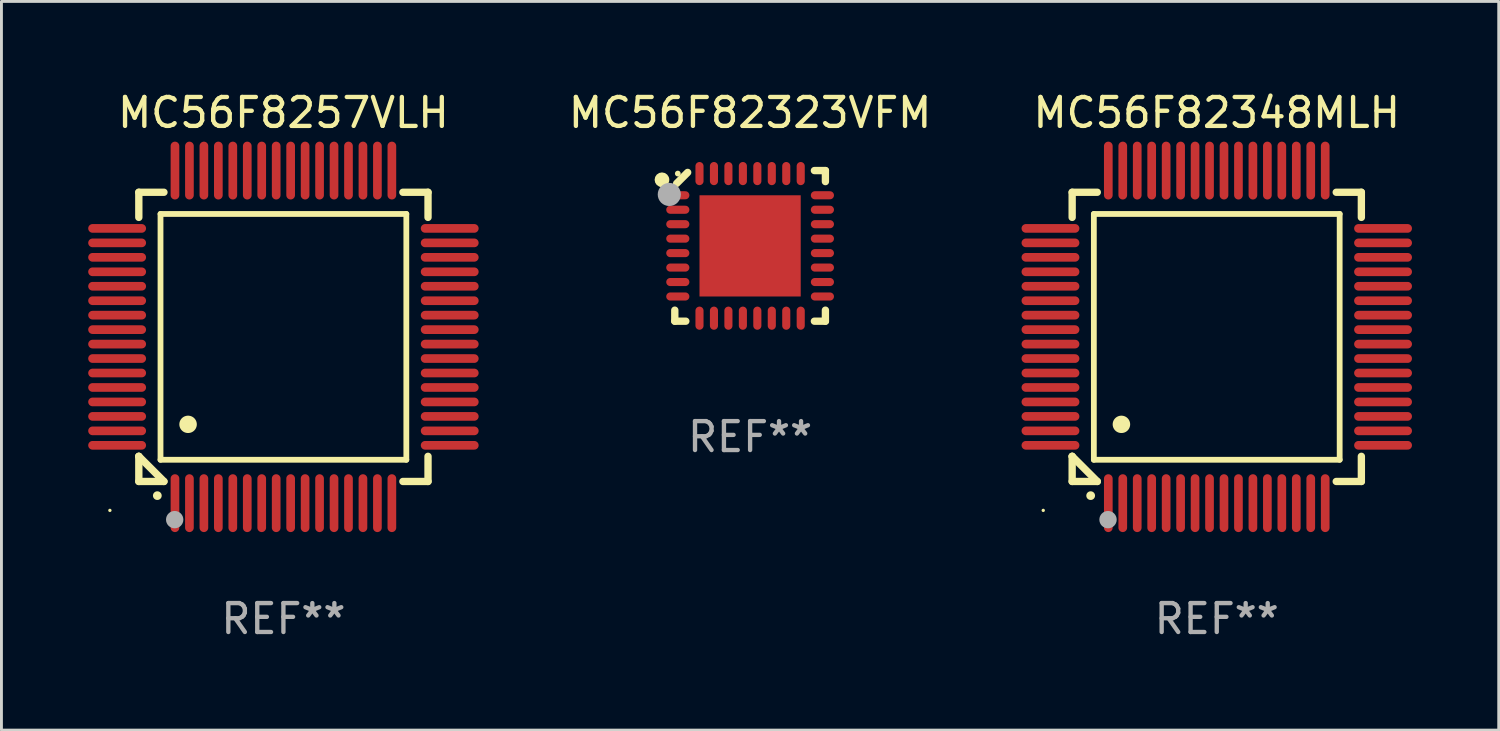
<source format=kicad_pcb>
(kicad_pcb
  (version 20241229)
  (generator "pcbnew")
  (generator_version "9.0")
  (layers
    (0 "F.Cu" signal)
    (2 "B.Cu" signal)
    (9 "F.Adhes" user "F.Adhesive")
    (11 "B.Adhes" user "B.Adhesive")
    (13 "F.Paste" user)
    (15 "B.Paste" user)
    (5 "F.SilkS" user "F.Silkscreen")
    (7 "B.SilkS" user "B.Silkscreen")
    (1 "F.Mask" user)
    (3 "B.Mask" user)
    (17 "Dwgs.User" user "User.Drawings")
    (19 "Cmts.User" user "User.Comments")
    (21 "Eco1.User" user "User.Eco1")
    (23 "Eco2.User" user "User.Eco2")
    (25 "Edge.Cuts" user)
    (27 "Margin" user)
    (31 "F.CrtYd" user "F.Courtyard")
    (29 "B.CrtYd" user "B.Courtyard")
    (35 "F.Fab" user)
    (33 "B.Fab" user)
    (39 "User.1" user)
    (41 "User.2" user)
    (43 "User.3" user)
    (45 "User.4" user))
  (footprint "MC56F82348MLH"
    (layer "F.Cu")
    (at 39.023 8.598)
    (property "Reference" "MC56F82348MLH" (at 0 -7.75 0) (layer "F.SilkS") (effects (font (size 1 1) (thickness 0.15))))
    (attr through_hole)
    (fp_line (start -5 -5) (end -4.131 -5) (stroke (width 0.254) (type solid)) (layer "F.SilkS"))
    (fp_line (start -5 -4.131) (end -5 -5) (stroke (width 0.254) (type solid)) (layer "F.SilkS"))
    (fp_line (start -5 4.131) (end -5 4.131) (stroke (width 0.254) (type solid)) (layer "F.SilkS"))
    (fp_line (start -5 5) (end -5 4.131) (stroke (width 0.254) (type solid)) (layer "F.SilkS"))
    (fp_line (start -5 4.131) (end -4.131 5) (stroke (width 0.254) (type solid)) (layer "F.SilkS"))
    (fp_line (start -4.25 -4.25) (end -4.25 4.25) (stroke (width 0.2) (type solid)) (layer "F.SilkS"))
    (fp_line (start -4.25 4.25) (end 4.25 4.25) (stroke (width 0.2) (type solid)) (layer "F.SilkS"))
    (fp_line (start -4.131 5) (end -5 5) (stroke (width 0.254) (type solid)) (layer "F.SilkS"))
    (fp_line (start 4.25 -4.25) (end -4.25 -4.25) (stroke (width 0.2) (type solid)) (layer "F.SilkS"))
    (fp_line (start 4.25 4.25) (end 4.25 -4.25) (stroke (width 0.2) (type solid)) (layer "F.SilkS"))
    (fp_line (start 5 -5) (end 4.131 -5) (stroke (width 0.254) (type solid)) (layer "F.SilkS"))
    (fp_line (start 5 -5) (end 5 -4.131) (stroke (width 0.254) (type solid)) (layer "F.SilkS"))
    (fp_line (start 5 4.131) (end 5 5) (stroke (width 0.254) (type solid)) (layer "F.SilkS"))
    (fp_line (start 5 5) (end 4.131 5) (stroke (width 0.254) (type solid)) (layer "F.SilkS"))
    (fp_arc (start -4.361265 5.489992) (mid -4.359995 5.489987) (end -4.358725 5.489992) (stroke (width 0.3) (type solid)) (layer "F.SilkS"))
    (fp_arc (start -3.299467 3.025146) (mid -3.296927 3.025135) (end -3.294387 3.025146) (stroke (width 0.6) (type solid)) (layer "F.SilkS"))
    (fp_circle (center -6 6) (end -5.97 6) (stroke (width 0.06) (type solid)) (fill no) (layer "F.SilkS"))
    (fp_circle (center -3.76 6.32) (end -3.61 6.32) (stroke (width 0.3) (type solid)) (fill no) (layer "F.Fab"))
    (fp_text user "REF**" (at 0 9.75 0) (layer "F.Fab") (effects (font (size 1 1) (thickness 0.15))))
    (pad "1" smd oval (at -3.75 5.75) (size 0.3 2) (layers "F.Cu" "F.Mask" "F.Paste"))
    (pad "2" smd oval (at -3.25 5.75) (size 0.3 2) (layers "F.Cu" "F.Mask" "F.Paste"))
    (pad "3" smd oval (at -2.75 5.75) (size 0.3 2) (layers "F.Cu" "F.Mask" "F.Paste"))
    (pad "4" smd oval (at -2.25 5.75) (size 0.3 2) (layers "F.Cu" "F.Mask" "F.Paste"))
    (pad "5" smd oval (at -1.75 5.75) (size 0.3 2) (layers "F.Cu" "F.Mask" "F.Paste"))
    (pad "6" smd oval (at -1.25 5.75) (size 0.3 2) (layers "F.Cu" "F.Mask" "F.Paste"))
    (pad "7" smd oval (at -0.75 5.75) (size 0.3 2) (layers "F.Cu" "F.Mask" "F.Paste"))
    (pad "8" smd oval (at -0.25 5.75) (size 0.3 2) (layers "F.Cu" "F.Mask" "F.Paste"))
    (pad "9" smd oval (at 0.25 5.75) (size 0.3 2) (layers "F.Cu" "F.Mask" "F.Paste"))
    (pad "10" smd oval (at 0.75 5.75) (size 0.3 2) (layers "F.Cu" "F.Mask" "F.Paste"))
    (pad "11" smd oval (at 1.25 5.75) (size 0.3 2) (layers "F.Cu" "F.Mask" "F.Paste"))
    (pad "12" smd oval (at 1.75 5.75) (size 0.3 2) (layers "F.Cu" "F.Mask" "F.Paste"))
    (pad "13" smd oval (at 2.25 5.75) (size 0.3 2) (layers "F.Cu" "F.Mask" "F.Paste"))
    (pad "14" smd oval (at 2.75 5.75) (size 0.3 2) (layers "F.Cu" "F.Mask" "F.Paste"))
    (pad "15" smd oval (at 3.25 5.75) (size 0.3 2) (layers "F.Cu" "F.Mask" "F.Paste"))
    (pad "16" smd oval (at 3.75 5.75) (size 0.3 2) (layers "F.Cu" "F.Mask" "F.Paste"))
    (pad "17" smd oval (at 5.75 3.75) (size 2 0.3) (layers "F.Cu" "F.Mask" "F.Paste"))
    (pad "18" smd oval (at 5.75 3.25) (size 2 0.3) (layers "F.Cu" "F.Mask" "F.Paste"))
    (pad "19" smd oval (at 5.75 2.75) (size 2 0.3) (layers "F.Cu" "F.Mask" "F.Paste"))
    (pad "20" smd oval (at 5.75 2.25) (size 2 0.3) (layers "F.Cu" "F.Mask" "F.Paste"))
    (pad "21" smd oval (at 5.75 1.75) (size 2 0.3) (layers "F.Cu" "F.Mask" "F.Paste"))
    (pad "22" smd oval (at 5.75 1.25) (size 2 0.3) (layers "F.Cu" "F.Mask" "F.Paste"))
    (pad "23" smd oval (at 5.75 0.75) (size 2 0.3) (layers "F.Cu" "F.Mask" "F.Paste"))
    (pad "24" smd oval (at 5.75 0.25) (size 2 0.3) (layers "F.Cu" "F.Mask" "F.Paste"))
    (pad "25" smd oval (at 5.75 -0.25) (size 2 0.3) (layers "F.Cu" "F.Mask" "F.Paste"))
    (pad "26" smd oval (at 5.75 -0.75) (size 2 0.3) (layers "F.Cu" "F.Mask" "F.Paste"))
    (pad "27" smd oval (at 5.75 -1.25) (size 2 0.3) (layers "F.Cu" "F.Mask" "F.Paste"))
    (pad "28" smd oval (at 5.75 -1.75) (size 2 0.3) (layers "F.Cu" "F.Mask" "F.Paste"))
    (pad "29" smd oval (at 5.75 -2.25) (size 2 0.3) (layers "F.Cu" "F.Mask" "F.Paste"))
    (pad "30" smd oval (at 5.75 -2.75) (size 2 0.3) (layers "F.Cu" "F.Mask" "F.Paste"))
    (pad "31" smd oval (at 5.75 -3.25) (size 2 0.3) (layers "F.Cu" "F.Mask" "F.Paste"))
    (pad "32" smd oval (at 5.75 -3.75) (size 2 0.3) (layers "F.Cu" "F.Mask" "F.Paste"))
    (pad "33" smd oval (at 3.75 -5.75) (size 0.3 2) (layers "F.Cu" "F.Mask" "F.Paste"))
    (pad "34" smd oval (at 3.25 -5.75) (size 0.3 2) (layers "F.Cu" "F.Mask" "F.Paste"))
    (pad "35" smd oval (at 2.75 -5.75) (size 0.3 2) (layers "F.Cu" "F.Mask" "F.Paste"))
    (pad "36" smd oval (at 2.25 -5.75) (size 0.3 2) (layers "F.Cu" "F.Mask" "F.Paste"))
    (pad "37" smd oval (at 1.75 -5.75) (size 0.3 2) (layers "F.Cu" "F.Mask" "F.Paste"))
    (pad "38" smd oval (at 1.25 -5.75) (size 0.3 2) (layers "F.Cu" "F.Mask" "F.Paste"))
    (pad "39" smd oval (at 0.75 -5.75) (size 0.3 2) (layers "F.Cu" "F.Mask" "F.Paste"))
    (pad "40" smd oval (at 0.25 -5.75) (size 0.3 2) (layers "F.Cu" "F.Mask" "F.Paste"))
    (pad "41" smd oval (at -0.25 -5.75) (size 0.3 2) (layers "F.Cu" "F.Mask" "F.Paste"))
    (pad "42" smd oval (at -0.75 -5.75) (size 0.3 2) (layers "F.Cu" "F.Mask" "F.Paste"))
    (pad "43" smd oval (at -1.25 -5.75) (size 0.3 2) (layers "F.Cu" "F.Mask" "F.Paste"))
    (pad "44" smd oval (at -1.75 -5.75) (size 0.3 2) (layers "F.Cu" "F.Mask" "F.Paste"))
    (pad "45" smd oval (at -2.25 -5.75) (size 0.3 2) (layers "F.Cu" "F.Mask" "F.Paste"))
    (pad "46" smd oval (at -2.75 -5.75) (size 0.3 2) (layers "F.Cu" "F.Mask" "F.Paste"))
    (pad "47" smd oval (at -3.25 -5.75) (size 0.3 2) (layers "F.Cu" "F.Mask" "F.Paste"))
    (pad "48" smd oval (at -3.75 -5.75) (size 0.3 2) (layers "F.Cu" "F.Mask" "F.Paste"))
    (pad "49" smd oval (at -5.75 -3.75) (size 2 0.3) (layers "F.Cu" "F.Mask" "F.Paste"))
    (pad "50" smd oval (at -5.75 -3.25) (size 2 0.3) (layers "F.Cu" "F.Mask" "F.Paste"))
    (pad "51" smd oval (at -5.75 -2.75) (size 2 0.3) (layers "F.Cu" "F.Mask" "F.Paste"))
    (pad "52" smd oval (at -5.75 -2.25) (size 2 0.3) (layers "F.Cu" "F.Mask" "F.Paste"))
    (pad "53" smd oval (at -5.75 -1.75) (size 2 0.3) (layers "F.Cu" "F.Mask" "F.Paste"))
    (pad "54" smd oval (at -5.75 -1.25) (size 2 0.3) (layers "F.Cu" "F.Mask" "F.Paste"))
    (pad "55" smd oval (at -5.75 -0.75) (size 2 0.3) (layers "F.Cu" "F.Mask" "F.Paste"))
    (pad "56" smd oval (at -5.75 -0.25) (size 2 0.3) (layers "F.Cu" "F.Mask" "F.Paste"))
    (pad "57" smd oval (at -5.75 0.25) (size 2 0.3) (layers "F.Cu" "F.Mask" "F.Paste"))
    (pad "58" smd oval (at -5.75 0.75) (size 2 0.3) (layers "F.Cu" "F.Mask" "F.Paste"))
    (pad "59" smd oval (at -5.75 1.25) (size 2 0.3) (layers "F.Cu" "F.Mask" "F.Paste"))
    (pad "60" smd oval (at -5.75 1.75) (size 2 0.3) (layers "F.Cu" "F.Mask" "F.Paste"))
    (pad "61" smd oval (at -5.75 2.25) (size 2 0.3) (layers "F.Cu" "F.Mask" "F.Paste"))
    (pad "62" smd oval (at -5.75 2.75) (size 2 0.3) (layers "F.Cu" "F.Mask" "F.Paste"))
    (pad "63" smd oval (at -5.75 3.25) (size 2 0.3) (layers "F.Cu" "F.Mask" "F.Paste"))
    (pad "64" smd oval (at -5.75 3.75) (size 2 0.3) (layers "F.Cu" "F.Mask" "F.Paste")))
  (footprint "MC56F8257VLH"
    (layer "F.Cu")
    (at 6.75 8.598)
    (property "Reference" "MC56F8257VLH" (at 0 -7.75 0) (layer "F.SilkS") (effects (font (size 1 1) (thickness 0.15))))
    (attr through_hole)
    (fp_line (start -5 -5) (end -4.131 -5) (stroke (width 0.254) (type solid)) (layer "F.SilkS"))
    (fp_line (start -5 -4.131) (end -5 -5) (stroke (width 0.254) (type solid)) (layer "F.SilkS"))
    (fp_line (start -5 4.131) (end -5 4.131) (stroke (width 0.254) (type solid)) (layer "F.SilkS"))
    (fp_line (start -5 5) (end -5 4.131) (stroke (width 0.254) (type solid)) (layer "F.SilkS"))
    (fp_line (start -5 4.131) (end -4.131 5) (stroke (width 0.254) (type solid)) (layer "F.SilkS"))
    (fp_line (start -4.25 -4.25) (end -4.25 4.25) (stroke (width 0.2) (type solid)) (layer "F.SilkS"))
    (fp_line (start -4.25 4.25) (end 4.25 4.25) (stroke (width 0.2) (type solid)) (layer "F.SilkS"))
    (fp_line (start -4.131 5) (end -5 5) (stroke (width 0.254) (type solid)) (layer "F.SilkS"))
    (fp_line (start 4.25 -4.25) (end -4.25 -4.25) (stroke (width 0.2) (type solid)) (layer "F.SilkS"))
    (fp_line (start 4.25 4.25) (end 4.25 -4.25) (stroke (width 0.2) (type solid)) (layer "F.SilkS"))
    (fp_line (start 5 -5) (end 4.131 -5) (stroke (width 0.254) (type solid)) (layer "F.SilkS"))
    (fp_line (start 5 -5) (end 5 -4.131) (stroke (width 0.254) (type solid)) (layer "F.SilkS"))
    (fp_line (start 5 4.131) (end 5 5) (stroke (width 0.254) (type solid)) (layer "F.SilkS"))
    (fp_line (start 5 5) (end 4.131 5) (stroke (width 0.254) (type solid)) (layer "F.SilkS"))
    (fp_arc (start -4.361265 5.489992) (mid -4.359995 5.489987) (end -4.358725 5.489992) (stroke (width 0.3) (type solid)) (layer "F.SilkS"))
    (fp_arc (start -3.299467 3.025146) (mid -3.296927 3.025135) (end -3.294387 3.025146) (stroke (width 0.6) (type solid)) (layer "F.SilkS"))
    (fp_circle (center -6 6) (end -5.97 6) (stroke (width 0.06) (type solid)) (fill no) (layer "F.SilkS"))
    (fp_circle (center -3.76 6.32) (end -3.61 6.32) (stroke (width 0.3) (type solid)) (fill no) (layer "F.Fab"))
    (fp_text user "REF**" (at 0 9.75 0) (layer "F.Fab") (effects (font (size 1 1) (thickness 0.15))))
    (pad "1" smd oval (at -3.75 5.75) (size 0.3 2) (layers "F.Cu" "F.Mask" "F.Paste"))
    (pad "2" smd oval (at -3.25 5.75) (size 0.3 2) (layers "F.Cu" "F.Mask" "F.Paste"))
    (pad "3" smd oval (at -2.75 5.75) (size 0.3 2) (layers "F.Cu" "F.Mask" "F.Paste"))
    (pad "4" smd oval (at -2.25 5.75) (size 0.3 2) (layers "F.Cu" "F.Mask" "F.Paste"))
    (pad "5" smd oval (at -1.75 5.75) (size 0.3 2) (layers "F.Cu" "F.Mask" "F.Paste"))
    (pad "6" smd oval (at -1.25 5.75) (size 0.3 2) (layers "F.Cu" "F.Mask" "F.Paste"))
    (pad "7" smd oval (at -0.75 5.75) (size 0.3 2) (layers "F.Cu" "F.Mask" "F.Paste"))
    (pad "8" smd oval (at -0.25 5.75) (size 0.3 2) (layers "F.Cu" "F.Mask" "F.Paste"))
    (pad "9" smd oval (at 0.25 5.75) (size 0.3 2) (layers "F.Cu" "F.Mask" "F.Paste"))
    (pad "10" smd oval (at 0.75 5.75) (size 0.3 2) (layers "F.Cu" "F.Mask" "F.Paste"))
    (pad "11" smd oval (at 1.25 5.75) (size 0.3 2) (layers "F.Cu" "F.Mask" "F.Paste"))
    (pad "12" smd oval (at 1.75 5.75) (size 0.3 2) (layers "F.Cu" "F.Mask" "F.Paste"))
    (pad "13" smd oval (at 2.25 5.75) (size 0.3 2) (layers "F.Cu" "F.Mask" "F.Paste"))
    (pad "14" smd oval (at 2.75 5.75) (size 0.3 2) (layers "F.Cu" "F.Mask" "F.Paste"))
    (pad "15" smd oval (at 3.25 5.75) (size 0.3 2) (layers "F.Cu" "F.Mask" "F.Paste"))
    (pad "16" smd oval (at 3.75 5.75) (size 0.3 2) (layers "F.Cu" "F.Mask" "F.Paste"))
    (pad "17" smd oval (at 5.75 3.75) (size 2 0.3) (layers "F.Cu" "F.Mask" "F.Paste"))
    (pad "18" smd oval (at 5.75 3.25) (size 2 0.3) (layers "F.Cu" "F.Mask" "F.Paste"))
    (pad "19" smd oval (at 5.75 2.75) (size 2 0.3) (layers "F.Cu" "F.Mask" "F.Paste"))
    (pad "20" smd oval (at 5.75 2.25) (size 2 0.3) (layers "F.Cu" "F.Mask" "F.Paste"))
    (pad "21" smd oval (at 5.75 1.75) (size 2 0.3) (layers "F.Cu" "F.Mask" "F.Paste"))
    (pad "22" smd oval (at 5.75 1.25) (size 2 0.3) (layers "F.Cu" "F.Mask" "F.Paste"))
    (pad "23" smd oval (at 5.75 0.75) (size 2 0.3) (layers "F.Cu" "F.Mask" "F.Paste"))
    (pad "24" smd oval (at 5.75 0.25) (size 2 0.3) (layers "F.Cu" "F.Mask" "F.Paste"))
    (pad "25" smd oval (at 5.75 -0.25) (size 2 0.3) (layers "F.Cu" "F.Mask" "F.Paste"))
    (pad "26" smd oval (at 5.75 -0.75) (size 2 0.3) (layers "F.Cu" "F.Mask" "F.Paste"))
    (pad "27" smd oval (at 5.75 -1.25) (size 2 0.3) (layers "F.Cu" "F.Mask" "F.Paste"))
    (pad "28" smd oval (at 5.75 -1.75) (size 2 0.3) (layers "F.Cu" "F.Mask" "F.Paste"))
    (pad "29" smd oval (at 5.75 -2.25) (size 2 0.3) (layers "F.Cu" "F.Mask" "F.Paste"))
    (pad "30" smd oval (at 5.75 -2.75) (size 2 0.3) (layers "F.Cu" "F.Mask" "F.Paste"))
    (pad "31" smd oval (at 5.75 -3.25) (size 2 0.3) (layers "F.Cu" "F.Mask" "F.Paste"))
    (pad "32" smd oval (at 5.75 -3.75) (size 2 0.3) (layers "F.Cu" "F.Mask" "F.Paste"))
    (pad "33" smd oval (at 3.75 -5.75) (size 0.3 2) (layers "F.Cu" "F.Mask" "F.Paste"))
    (pad "34" smd oval (at 3.25 -5.75) (size 0.3 2) (layers "F.Cu" "F.Mask" "F.Paste"))
    (pad "35" smd oval (at 2.75 -5.75) (size 0.3 2) (layers "F.Cu" "F.Mask" "F.Paste"))
    (pad "36" smd oval (at 2.25 -5.75) (size 0.3 2) (layers "F.Cu" "F.Mask" "F.Paste"))
    (pad "37" smd oval (at 1.75 -5.75) (size 0.3 2) (layers "F.Cu" "F.Mask" "F.Paste"))
    (pad "38" smd oval (at 1.25 -5.75) (size 0.3 2) (layers "F.Cu" "F.Mask" "F.Paste"))
    (pad "39" smd oval (at 0.75 -5.75) (size 0.3 2) (layers "F.Cu" "F.Mask" "F.Paste"))
    (pad "40" smd oval (at 0.25 -5.75) (size 0.3 2) (layers "F.Cu" "F.Mask" "F.Paste"))
    (pad "41" smd oval (at -0.25 -5.75) (size 0.3 2) (layers "F.Cu" "F.Mask" "F.Paste"))
    (pad "42" smd oval (at -0.75 -5.75) (size 0.3 2) (layers "F.Cu" "F.Mask" "F.Paste"))
    (pad "43" smd oval (at -1.25 -5.75) (size 0.3 2) (layers "F.Cu" "F.Mask" "F.Paste"))
    (pad "44" smd oval (at -1.75 -5.75) (size 0.3 2) (layers "F.Cu" "F.Mask" "F.Paste"))
    (pad "45" smd oval (at -2.25 -5.75) (size 0.3 2) (layers "F.Cu" "F.Mask" "F.Paste"))
    (pad "46" smd oval (at -2.75 -5.75) (size 0.3 2) (layers "F.Cu" "F.Mask" "F.Paste"))
    (pad "47" smd oval (at -3.25 -5.75) (size 0.3 2) (layers "F.Cu" "F.Mask" "F.Paste"))
    (pad "48" smd oval (at -3.75 -5.75) (size 0.3 2) (layers "F.Cu" "F.Mask" "F.Paste"))
    (pad "49" smd oval (at -5.75 -3.75) (size 2 0.3) (layers "F.Cu" "F.Mask" "F.Paste"))
    (pad "50" smd oval (at -5.75 -3.25) (size 2 0.3) (layers "F.Cu" "F.Mask" "F.Paste"))
    (pad "51" smd oval (at -5.75 -2.75) (size 2 0.3) (layers "F.Cu" "F.Mask" "F.Paste"))
    (pad "52" smd oval (at -5.75 -2.25) (size 2 0.3) (layers "F.Cu" "F.Mask" "F.Paste"))
    (pad "53" smd oval (at -5.75 -1.75) (size 2 0.3) (layers "F.Cu" "F.Mask" "F.Paste"))
    (pad "54" smd oval (at -5.75 -1.25) (size 2 0.3) (layers "F.Cu" "F.Mask" "F.Paste"))
    (pad "55" smd oval (at -5.75 -0.75) (size 2 0.3) (layers "F.Cu" "F.Mask" "F.Paste"))
    (pad "56" smd oval (at -5.75 -0.25) (size 2 0.3) (layers "F.Cu" "F.Mask" "F.Paste"))
    (pad "57" smd oval (at -5.75 0.25) (size 2 0.3) (layers "F.Cu" "F.Mask" "F.Paste"))
    (pad "58" smd oval (at -5.75 0.75) (size 2 0.3) (layers "F.Cu" "F.Mask" "F.Paste"))
    (pad "59" smd oval (at -5.75 1.25) (size 2 0.3) (layers "F.Cu" "F.Mask" "F.Paste"))
    (pad "60" smd oval (at -5.75 1.75) (size 2 0.3) (layers "F.Cu" "F.Mask" "F.Paste"))
    (pad "61" smd oval (at -5.75 2.25) (size 2 0.3) (layers "F.Cu" "F.Mask" "F.Paste"))
    (pad "62" smd oval (at -5.75 2.75) (size 2 0.3) (layers "F.Cu" "F.Mask" "F.Paste"))
    (pad "63" smd oval (at -5.75 3.25) (size 2 0.3) (layers "F.Cu" "F.Mask" "F.Paste"))
    (pad "64" smd oval (at -5.75 3.75) (size 2 0.3) (layers "F.Cu" "F.Mask" "F.Paste")))
  (footprint "MC56F82323VFM"
    (layer "F.Cu")
    (at 22.887 5.452)
    (property "Reference" "MC56F82323VFM" (at 0 -4.604 0) (layer "F.SilkS") (effects (font (size 1 1) (thickness 0.15))))
    (attr through_hole)
    (fp_line (start -2.604 2.223) (end -2.604 2.604) (stroke (width 0.254) (type solid)) (layer "F.SilkS"))
    (fp_line (start -2.604 2.604) (end -2.223 2.604) (stroke (width 0.254) (type solid)) (layer "F.SilkS"))
    (fp_line (start -2.159 -2.54) (end -2.54 -2.159) (stroke (width 0.254) (type solid)) (layer "F.SilkS"))
    (fp_line (start 2.223 2.604) (end 2.604 2.604) (stroke (width 0.254) (type solid)) (layer "F.SilkS"))
    (fp_line (start 2.604 -2.604) (end 2.223 -2.604) (stroke (width 0.254) (type solid)) (layer "F.SilkS"))
    (fp_line (start 2.604 -2.223) (end 2.604 -2.604) (stroke (width 0.254) (type solid)) (layer "F.SilkS"))
    (fp_line (start 2.604 2.604) (end 2.604 2.223) (stroke (width 0.254) (type solid)) (layer "F.SilkS"))
    (fp_circle (center -3.048 -2.286) (end -2.921 -2.286) (stroke (width 0.254) (type solid)) (fill no) (layer "F.SilkS"))
    (fp_circle (center -2.5 -2.5) (end -2.45 -2.5) (stroke (width 0.1) (type solid)) (fill no) (layer "F.SilkS"))
    (fp_circle (center -2.794 -1.778) (end -2.594 -1.778) (stroke (width 0.4) (type solid)) (fill no) (layer "F.Fab"))
    (fp_text user "REF**" (at 0 6.604 0) (layer "F.Fab") (effects (font (size 1 1) (thickness 0.15))))
    (pad "1" smd oval (at -2.5 -1.75) (size 0.8 0.28) (layers "F.Cu" "F.Mask" "F.Paste"))
    (pad "2" smd oval (at -2.5 -1.25) (size 0.8 0.28) (layers "F.Cu" "F.Mask" "F.Paste"))
    (pad "3" smd oval (at -2.5 -0.75) (size 0.8 0.28) (layers "F.Cu" "F.Mask" "F.Paste"))
    (pad "4" smd oval (at -2.5 -0.25) (size 0.8 0.28) (layers "F.Cu" "F.Mask" "F.Paste"))
    (pad "5" smd oval (at -2.5 0.25) (size 0.8 0.28) (layers "F.Cu" "F.Mask" "F.Paste"))
    (pad "6" smd oval (at -2.5 0.75) (size 0.8 0.28) (layers "F.Cu" "F.Mask" "F.Paste"))
    (pad "7" smd oval (at -2.5 1.25) (size 0.8 0.28) (layers "F.Cu" "F.Mask" "F.Paste"))
    (pad "8" smd oval (at -2.5 1.75) (size 0.8 0.28) (layers "F.Cu" "F.Mask" "F.Paste"))
    (pad "9" smd oval (at -1.75 2.5) (size 0.28 0.8) (layers "F.Cu" "F.Mask" "F.Paste"))
    (pad "10" smd oval (at -1.25 2.5) (size 0.28 0.8) (layers "F.Cu" "F.Mask" "F.Paste"))
    (pad "11" smd oval (at -0.75 2.5) (size 0.28 0.8) (layers "F.Cu" "F.Mask" "F.Paste"))
    (pad "12" smd oval (at -0.25 2.5) (size 0.28 0.8) (layers "F.Cu" "F.Mask" "F.Paste"))
    (pad "13" smd oval (at 0.25 2.5) (size 0.28 0.8) (layers "F.Cu" "F.Mask" "F.Paste"))
    (pad "14" smd oval (at 0.75 2.5) (size 0.28 0.8) (layers "F.Cu" "F.Mask" "F.Paste"))
    (pad "15" smd oval (at 1.25 2.5) (size 0.28 0.8) (layers "F.Cu" "F.Mask" "F.Paste"))
    (pad "16" smd oval (at 1.75 2.5) (size 0.28 0.8) (layers "F.Cu" "F.Mask" "F.Paste"))
    (pad "17" smd oval (at 2.5 1.75) (size 0.8 0.28) (layers "F.Cu" "F.Mask" "F.Paste"))
    (pad "18" smd oval (at 2.5 1.25) (size 0.8 0.28) (layers "F.Cu" "F.Mask" "F.Paste"))
    (pad "19" smd oval (at 2.5 0.75) (size 0.8 0.28) (layers "F.Cu" "F.Mask" "F.Paste"))
    (pad "20" smd oval (at 2.5 0.25) (size 0.8 0.28) (layers "F.Cu" "F.Mask" "F.Paste"))
    (pad "21" smd oval (at 2.5 -0.25) (size 0.8 0.28) (layers "F.Cu" "F.Mask" "F.Paste"))
    (pad "22" smd oval (at 2.5 -0.75) (size 0.8 0.28) (layers "F.Cu" "F.Mask" "F.Paste"))
    (pad "23" smd oval (at 2.5 -1.25) (size 0.8 0.28) (layers "F.Cu" "F.Mask" "F.Paste"))
    (pad "24" smd oval (at 2.5 -1.75) (size 0.8 0.28) (layers "F.Cu" "F.Mask" "F.Paste"))
    (pad "25" smd oval (at 1.75 -2.5) (size 0.28 0.8) (layers "F.Cu" "F.Mask" "F.Paste"))
    (pad "26" smd oval (at 1.25 -2.5) (size 0.28 0.8) (layers "F.Cu" "F.Mask" "F.Paste"))
    (pad "27" smd oval (at 0.75 -2.5) (size 0.28 0.8) (layers "F.Cu" "F.Mask" "F.Paste"))
    (pad "28" smd oval (at 0.25 -2.5) (size 0.28 0.8) (layers "F.Cu" "F.Mask" "F.Paste"))
    (pad "29" smd oval (at -0.25 -2.5) (size 0.28 0.8) (layers "F.Cu" "F.Mask" "F.Paste"))
    (pad "30" smd oval (at -0.75 -2.5) (size 0.28 0.8) (layers "F.Cu" "F.Mask" "F.Paste"))
    (pad "31" smd oval (at -1.25 -2.5) (size 0.28 0.8) (layers "F.Cu" "F.Mask" "F.Paste"))
    (pad "32" smd oval (at -1.75 -2.5) (size 0.28 0.8) (layers "F.Cu" "F.Mask" "F.Paste"))
    (pad "33" smd rect (at 0.000076 0.000076) (size 3.5 3.5) (layers "F.Cu" "F.Mask" "F.Paste")))
  (gr_rect
    (start -3 -3)
    (end 48.773 22.196)
    (stroke (width 0.1) (type default))
    (fill no)
    (layer "Edge.Cuts")))
</source>
